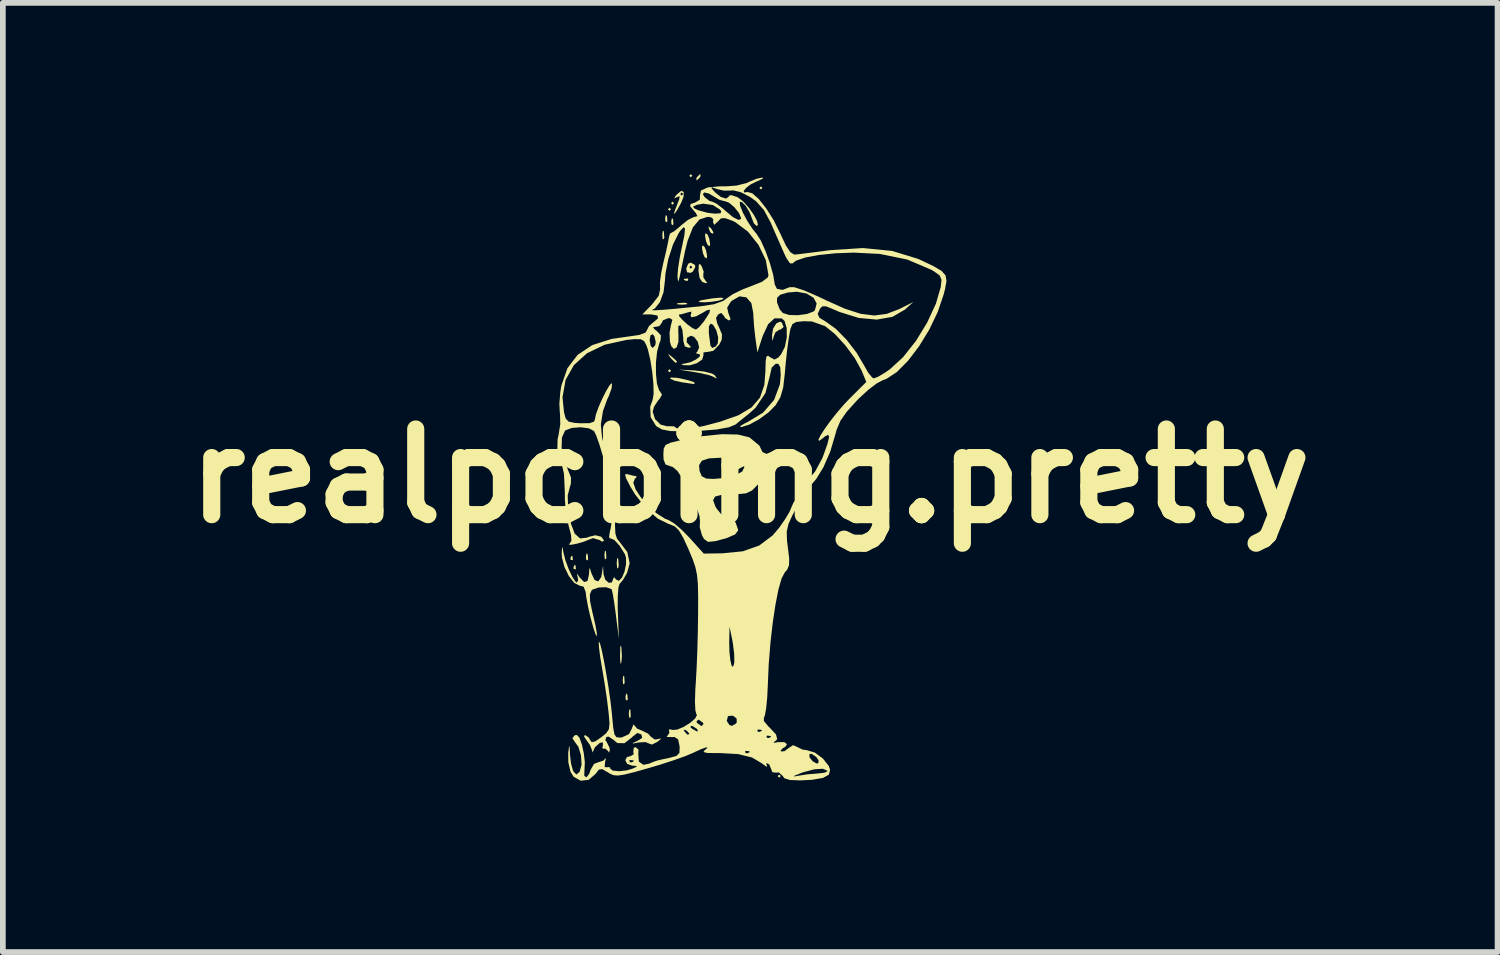
<source format=kicad_pcb>
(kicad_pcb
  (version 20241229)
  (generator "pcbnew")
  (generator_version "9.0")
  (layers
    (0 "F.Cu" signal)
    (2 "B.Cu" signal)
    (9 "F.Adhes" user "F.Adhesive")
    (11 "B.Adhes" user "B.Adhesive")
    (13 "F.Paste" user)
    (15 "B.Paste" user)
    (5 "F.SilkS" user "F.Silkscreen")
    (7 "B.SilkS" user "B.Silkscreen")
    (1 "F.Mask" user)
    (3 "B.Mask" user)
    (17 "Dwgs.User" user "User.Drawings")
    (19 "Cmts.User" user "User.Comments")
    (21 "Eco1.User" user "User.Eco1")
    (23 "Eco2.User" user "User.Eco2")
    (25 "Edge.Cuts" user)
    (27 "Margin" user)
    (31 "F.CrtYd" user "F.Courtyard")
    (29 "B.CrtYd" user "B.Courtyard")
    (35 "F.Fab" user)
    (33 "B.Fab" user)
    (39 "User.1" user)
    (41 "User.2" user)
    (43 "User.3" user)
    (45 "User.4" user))
  (footprint "realpcbimg.pretty"
    (layer "F.Cu")
    (at 10.086 5.283)
    (property "Reference" "realpcbimg.pretty" (at 0 0 0) (layer "F.SilkS") (effects (font (size 1.5 1.5) (thickness 0.3))))
    (attr board_only exclude_from_pos_files exclude_from_bom)
    (fp_poly (pts (xy -1.387 -4.669) (xy -1.414 -4.642) (xy -1.441 -4.669) (xy -1.414 -4.696)) (stroke (width 0) (type solid)) (fill yes) (layer "F.SilkS"))
    (fp_poly (pts (xy -1.387 -1.841) (xy -1.414 -1.814) (xy -1.441 -1.841) (xy -1.414 -1.868)) (stroke (width 0) (type solid)) (fill yes) (layer "F.SilkS"))
    (fp_poly (pts (xy -1.334 -4.776) (xy -1.361 -4.749) (xy -1.387 -4.776) (xy -1.361 -4.803)) (stroke (width 0) (type solid)) (fill yes) (layer "F.SilkS"))
    (fp_poly (pts (xy -1.014 -5.256) (xy -1.041 -5.229) (xy -1.067 -5.256) (xy -1.041 -5.283)) (stroke (width 0) (type solid)) (fill yes) (layer "F.SilkS"))
    (fp_poly (pts (xy 0.213 -5.043) (xy 0.187 -5.016) (xy 0.16 -5.043) (xy 0.187 -5.069)) (stroke (width 0) (type solid)) (fill yes) (layer "F.SilkS"))
    (fp_poly (pts (xy 0.534 5.256) (xy 0.507 5.283) (xy 0.48 5.256) (xy 0.507 5.229)) (stroke (width 0) (type solid)) (fill yes) (layer "F.SilkS"))
    (fp_poly (pts (xy -3.113 1.405) (xy -3.106 1.469) (xy -3.113 1.476) (xy -3.144 1.469) (xy -3.148 1.441) (xy -3.129 1.397)) (stroke (width 0) (type solid)) (fill yes) (layer "F.SilkS"))
    (fp_poly (pts (xy -3.059 1.565) (xy -3.053 1.629) (xy -3.059 1.636) (xy -3.091 1.629) (xy -3.095 1.601) (xy -3.075 1.557)) (stroke (width 0) (type solid)) (fill yes) (layer "F.SilkS"))
    (fp_poly (pts (xy -2.845 1.377) (xy -2.839 1.461) (xy -2.849 1.48) (xy -2.874 1.464) (xy -2.877 1.41) (xy -2.864 1.353)) (stroke (width 0) (type solid)) (fill yes) (layer "F.SilkS"))
    (fp_poly (pts (xy -2.526 1.321) (xy -2.519 1.43) (xy -2.526 1.454) (xy -2.545 1.461) (xy -2.553 1.387) (xy -2.545 1.312)) (stroke (width 0) (type solid)) (fill yes) (layer "F.SilkS"))
    (fp_poly (pts (xy -2.206 3.509) (xy -2.199 3.618) (xy -2.206 3.642) (xy -2.225 3.649) (xy -2.233 3.575) (xy -2.224 3.499)) (stroke (width 0) (type solid)) (fill yes) (layer "F.SilkS"))
    (fp_poly (pts (xy -2.151 3.832) (xy -2.145 3.915) (xy -2.156 3.934) (xy -2.18 3.918) (xy -2.184 3.864) (xy -2.171 3.807)) (stroke (width 0) (type solid)) (fill yes) (layer "F.SilkS"))
    (fp_poly (pts (xy -2.099 4.095) (xy -2.092 4.205) (xy -2.099 4.229) (xy -2.119 4.236) (xy -2.126 4.162) (xy -2.118 4.086)) (stroke (width 0) (type solid)) (fill yes) (layer "F.SilkS"))
    (fp_poly (pts (xy -1.512 -4.282) (xy -1.505 -4.173) (xy -1.512 -4.149) (xy -1.532 -4.142) (xy -1.539 -4.216) (xy -1.531 -4.291)) (stroke (width 0) (type solid)) (fill yes) (layer "F.SilkS"))
    (fp_poly (pts (xy -1.458 -4.546) (xy -1.451 -4.462) (xy -1.462 -4.443) (xy -1.486 -4.459) (xy -1.49 -4.513) (xy -1.477 -4.57)) (stroke (width 0) (type solid)) (fill yes) (layer "F.SilkS"))
    (fp_poly (pts (xy -1.351 -4.492) (xy -1.345 -4.409) (xy -1.355 -4.39) (xy -1.379 -4.406) (xy -1.383 -4.46) (xy -1.37 -4.517)) (stroke (width 0) (type solid)) (fill yes) (layer "F.SilkS"))
    (fp_poly (pts (xy -1.085 -3.451) (xy -1.092 -3.419) (xy -1.121 -3.415) (xy -1.165 -3.435) (xy -1.156 -3.451) (xy -1.093 -3.457)) (stroke (width 0) (type solid)) (fill yes) (layer "F.SilkS"))
    (fp_poly (pts (xy -0.694 -4.343) (xy -0.687 -4.336) (xy -0.645 -4.267) (xy -0.651 -4.241) (xy -0.69 -4.257) (xy -0.717 -4.307) (xy -0.733 -4.369)) (stroke (width 0) (type solid)) (fill yes) (layer "F.SilkS"))
    (fp_poly (pts (xy -2.314 1.446) (xy -2.311 1.455) (xy -2.303 1.571) (xy -2.313 1.615) (xy -2.33 1.617) (xy -2.338 1.533) (xy -2.337 1.521) (xy -2.33 1.438)) (stroke (width 0) (type solid)) (fill yes) (layer "F.SilkS"))
    (fp_poly (pts (xy -2.256 3.002) (xy -2.247 3.16) (xy -2.257 3.269) (xy -2.269 3.291) (xy -2.278 3.221) (xy -2.279 3.122) (xy -2.275 3.001) (xy -2.266 2.965)) (stroke (width 0) (type solid)) (fill yes) (layer "F.SilkS"))
    (fp_poly (pts (xy -1.413 -2.118) (xy -1.374 -2.088) (xy -1.3 -2.022) (xy -1.281 -1.995) (xy -1.307 -1.979) (xy -1.378 -2.047) (xy -1.394 -2.068) (xy -1.44 -2.131)) (stroke (width 0) (type solid)) (fill yes) (layer "F.SilkS"))
    (fp_poly (pts (xy -1.106 -3.023) (xy -1.104 -3.006) (xy -1.188 -2.999) (xy -1.201 -2.999) (xy -1.283 -3.006) (xy -1.275 -3.023) (xy -1.266 -3.025) (xy -1.15 -3.033)) (stroke (width 0) (type solid)) (fill yes) (layer "F.SilkS"))
    (fp_poly (pts (xy -0.871 -5.248) (xy -0.88 -5.229) (xy -0.931 -5.178) (xy -0.94 -5.176) (xy -0.944 -5.211) (xy -0.934 -5.229) (xy -0.884 -5.28) (xy -0.874 -5.283)) (stroke (width 0) (type solid)) (fill yes) (layer "F.SilkS"))
    (fp_poly (pts (xy -0.803 -4.015) (xy -0.774 -3.949) (xy -0.755 -3.848) (xy -0.764 -3.807) (xy -0.798 -3.829) (xy -0.827 -3.895) (xy -0.846 -3.996) (xy -0.837 -4.037)) (stroke (width 0) (type solid)) (fill yes) (layer "F.SilkS"))
    (fp_poly (pts (xy -0.75 -4.229) (xy -0.72 -4.162) (xy -0.702 -4.061) (xy -0.711 -4.021) (xy -0.745 -4.042) (xy -0.774 -4.109) (xy -0.792 -4.21) (xy -0.783 -4.25)) (stroke (width 0) (type solid)) (fill yes) (layer "F.SilkS"))
    (fp_poly (pts (xy -1.29 -1.718) (xy -1.229 -1.708) (xy -1.085 -1.675) (xy -0.99 -1.643) (xy -0.976 -1.634) (xy -0.979 -1.608) (xy -0.992 -1.609) (xy -1.076 -1.622) (xy -1.201 -1.64) (xy -1.329 -1.669) (xy -1.405 -1.705) (xy -1.387 -1.723)) (stroke (width 0) (type solid)) (fill yes) (layer "F.SilkS"))
    (fp_poly (pts (xy -0.971 -1.846) (xy -0.799 -1.826) (xy -0.669 -1.792) (xy -0.627 -1.768) (xy -0.588 -1.716) (xy -0.594 -1.708) (xy -0.654 -1.739) (xy -0.655 -1.74) (xy -0.722 -1.765) (xy -0.859 -1.797) (xy -0.97 -1.817) (xy -1.254 -1.862)) (stroke (width 0) (type solid)) (fill yes) (layer "F.SilkS"))
    (fp_poly (pts (xy -0.466 -3.108) (xy -0.483 -3.092) (xy -0.558 -3.068) (xy -0.673 -3.049) (xy -0.794 -3.04) (xy -0.883 -3.043) (xy -0.904 -3.06) (xy -0.903 -3.061) (xy -0.841 -3.079) (xy -0.711 -3.101) (xy -0.643 -3.111) (xy -0.505 -3.122)) (stroke (width 0) (type solid)) (fill yes) (layer "F.SilkS"))
    (fp_poly (pts (xy 0.552 -2.685) (xy 0.585 -2.608) (xy 0.532 -2.563) (xy 0.511 -2.561) (xy 0.442 -2.516) (xy 0.411 -2.441) (xy 0.394 -2.367) (xy 0.385 -2.392) (xy 0.381 -2.461) (xy 0.4 -2.579) (xy 0.455 -2.669) (xy 0.521 -2.701)) (stroke (width 0) (type solid)) (fill yes) (layer "F.SilkS"))
    (fp_poly (pts (xy -0.847 -3.665) (xy -0.814 -3.574) (xy -0.822 -3.536) (xy -0.82 -3.475) (xy -0.793 -3.433) (xy -0.752 -3.376) (xy -0.789 -3.377) (xy -0.84 -3.397) (xy -0.886 -3.464) (xy -0.906 -3.588) (xy -0.906 -3.593) (xy -0.9 -3.7) (xy -0.879 -3.711)) (stroke (width 0) (type solid)) (fill yes) (layer "F.SilkS"))
    (fp_poly (pts (xy -0.97 -3.696) (xy -0.961 -3.661) (xy -1.004 -3.579) (xy -1.041 -3.556) (xy -1.106 -3.565) (xy -1.121 -3.63) (xy -1.111 -3.655) (xy -1.067 -3.655) (xy -1.041 -3.629) (xy -1.014 -3.655) (xy -1.041 -3.682) (xy -1.067 -3.655) (xy -1.111 -3.655) (xy -1.087 -3.716) (xy -1.041 -3.735)) (stroke (width 0) (type solid)) (fill yes) (layer "F.SilkS"))
    (fp_poly (pts (xy -1.165 -4.973) (xy -1.168 -4.886) (xy -1.208 -4.786) (xy -1.279 -4.656) (xy -1.324 -4.59) (xy -1.334 -4.6) (xy -1.316 -4.656) (xy -1.265 -4.789) (xy -1.245 -4.838) (xy -1.234 -4.898) (xy -1.285 -4.881) (xy -1.333 -4.858) (xy -1.309 -4.899) (xy -1.288 -4.925) (xy -1.275 -4.936) (xy -1.227 -4.936) (xy -1.201 -4.909) (xy -1.174 -4.936) (xy -1.201 -4.963) (xy -1.227 -4.936) (xy -1.275 -4.936) (xy -1.209 -4.992)) (stroke (width 0) (type solid)) (fill yes) (layer "F.SilkS"))
    (fp_poly (pts (xy -0.217 -0.725) (xy -0.023 -0.678) (xy -0.008 -0.671) (xy 0.161 -0.53) (xy 0.252 -0.339) (xy 0.259 -0.125) (xy 0.179 0.086) (xy 0.129 0.156) (xy 0.03 0.256) (xy -0.074 0.305) (xy -0.227 0.32) (xy -0.285 0.321) (xy -0.497 0.33) (xy -0.615 0.361) (xy -0.65 0.424) (xy -0.613 0.529) (xy -0.587 0.575) (xy -0.491 0.691) (xy -0.408 0.716) (xy -0.406 0.715) (xy -0.328 0.734) (xy -0.255 0.819) (xy -0.215 0.935) (xy -0.213 0.958) (xy -0.266 1.025) (xy -0.419 1.091) (xy -0.617 1.143) (xy -0.74 1.155) (xy -0.809 1.105) (xy -0.846 1.037) (xy -0.884 0.9) (xy -0.88 0.798) (xy -0.889 0.702) (xy -0.945 0.536) (xy -1.04 0.321) (xy -1.063 0.274) (xy -1.182 0.052) (xy -1.275 -0.086) (xy -1.354 -0.155) (xy -1.399 -0.17) (xy -1.446 -0.187) (xy -0.896 -0.187) (xy -0.887 -0.086) (xy -0.848 0.007) (xy -0.77 0.046) (xy -0.647 0.053) (xy -0.459 0.037) (xy -0.283 -0.002) (xy -0.275 -0.005) (xy -0.14 -0.078) (xy -0.101 -0.158) (xy -0.148 -0.234) (xy -0.272 -0.292) (xy -0.463 -0.319) (xy -0.504 -0.319) (xy -0.722 -0.307) (xy -0.848 -0.266) (xy -0.896 -0.187) (xy -1.446 -0.187) (xy -1.484 -0.201) (xy -1.517 -0.286) (xy -1.521 -0.372) (xy -1.515 -0.479) (xy -1.482 -0.542) (xy -1.395 -0.582) (xy -1.23 -0.623) (xy -1.227 -0.624) (xy -0.835 -0.697) (xy -0.493 -0.731)) (stroke (width 0) (type solid)) (fill yes) (layer "F.SilkS"))
    (fp_poly (pts (xy -2.63 2.935) (xy -2.599 3.054) (xy -2.562 3.236) (xy -2.522 3.458) (xy -2.482 3.7) (xy -2.448 3.939) (xy -2.423 4.154) (xy -2.417 4.223) (xy -2.398 4.417) (xy -2.377 4.527) (xy -2.343 4.574) (xy -2.285 4.582) (xy -2.249 4.579) (xy -2.123 4.521) (xy -2.075 4.429) (xy -2.047 4.353) (xy -2.033 4.361) (xy -1.983 4.423) (xy -1.898 4.459) (xy -1.788 4.512) (xy -1.74 4.566) (xy -1.673 4.615) (xy -1.616 4.608) (xy -1.559 4.593) (xy -1.587 4.625) (xy -1.627 4.657) (xy -1.721 4.704) (xy -1.766 4.688) (xy -1.835 4.66) (xy -1.953 4.667) (xy -2.054 4.686) (xy -2.056 4.677) (xy -1.979 4.642) (xy -1.893 4.588) (xy -1.903 4.533) (xy -1.911 4.525) (xy -1.975 4.5) (xy -2.058 4.563) (xy -2.073 4.58) (xy -2.203 4.68) (xy -2.326 4.677) (xy -2.401 4.616) (xy -2.478 4.565) (xy -2.519 4.569) (xy -2.537 4.626) (xy -2.513 4.659) (xy -2.462 4.762) (xy -2.459 4.8) (xy -2.472 4.846) (xy -2.49 4.816) (xy -2.542 4.772) (xy -2.565 4.778) (xy -2.591 4.766) (xy -2.581 4.725) (xy -2.579 4.666) (xy -2.632 4.673) (xy -2.718 4.749) (xy -2.739 4.794) (xy -2.76 4.843) (xy -2.769 4.807) (xy -2.807 4.71) (xy -2.863 4.633) (xy -2.91 4.561) (xy -2.895 4.536) (xy -2.83 4.578) (xy -2.808 4.618) (xy -2.775 4.663) (xy -2.712 4.647) (xy -2.612 4.578) (xy -2.521 4.505) (xy -2.475 4.435) (xy -2.464 4.333) (xy -2.478 4.165) (xy -2.481 4.136) (xy -2.507 3.922) (xy -2.546 3.657) (xy -2.589 3.395) (xy -2.594 3.369) (xy -2.628 3.164) (xy -2.648 3.003) (xy -2.653 2.911) (xy -2.65 2.899)) (stroke (width 0) (type solid)) (fill yes) (layer "F.SilkS"))
    (fp_poly (pts (xy -2.384 0.139) (xy -2.364 0.232) (xy -2.354 0.399) (xy -2.357 0.606) (xy -2.359 0.647) (xy -2.368 0.868) (xy -2.361 1.009) (xy -2.334 1.097) (xy -2.291 1.151) (xy -2.153 1.332) (xy -2.111 1.529) (xy -2.157 1.699) (xy -2.227 1.818) (xy -2.285 1.888) (xy -2.288 1.89) (xy -2.308 1.954) (xy -2.319 2.097) (xy -2.321 2.295) (xy -2.318 2.387) (xy -2.3 2.855) (xy -2.353 2.43) (xy -2.38 2.23) (xy -2.405 2.074) (xy -2.425 1.99) (xy -2.428 1.983) (xy -2.522 1.949) (xy -2.653 1.953) (xy -2.761 1.99) (xy -2.779 2.006) (xy -2.808 2.076) (xy -2.804 2.194) (xy -2.765 2.383) (xy -2.752 2.435) (xy -2.711 2.614) (xy -2.687 2.749) (xy -2.685 2.81) (xy -2.686 2.81) (xy -2.708 2.774) (xy -2.747 2.659) (xy -2.793 2.49) (xy -2.795 2.486) (xy -2.84 2.29) (xy -2.871 2.124) (xy -2.882 2.03) (xy -2.918 1.939) (xy -2.987 1.921) (xy -3.08 1.874) (xy -3.175 1.754) (xy -3.253 1.595) (xy -3.297 1.427) (xy -3.301 1.349) (xy -3.295 1.251) (xy -3.286 1.256) (xy -3.272 1.334) (xy -3.237 1.476) (xy -3.179 1.632) (xy -3.114 1.769) (xy -3.057 1.855) (xy -3.035 1.868) (xy -3.012 1.826) (xy -3.021 1.774) (xy -3.038 1.71) (xy -3.015 1.735) (xy -2.99 1.774) (xy -2.909 1.858) (xy -2.849 1.84) (xy -2.823 1.722) (xy -2.823 1.721) (xy -2.817 1.621) (xy -2.805 1.624) (xy -2.781 1.704) (xy -2.725 1.822) (xy -2.662 1.847) (xy -2.611 1.776) (xy -2.6 1.724) (xy -2.577 1.574) (xy -2.569 1.721) (xy -2.538 1.817) (xy -2.479 1.87) (xy -2.422 1.865) (xy -2.4 1.801) (xy -2.383 1.773) (xy -2.35 1.813) (xy -2.3 1.837) (xy -2.247 1.783) (xy -2.202 1.678) (xy -2.175 1.552) (xy -2.175 1.432) (xy -2.193 1.373) (xy -2.286 1.224) (xy -2.378 1.123) (xy -2.449 1.092) (xy -2.458 1.096) (xy -2.472 1.068) (xy -2.456 0.967) (xy -2.445 0.924) (xy -2.419 0.76) (xy -2.408 0.545) (xy -2.412 0.388) (xy -2.418 0.205) (xy -2.407 0.125)) (stroke (width 0) (type solid)) (fill yes) (layer "F.SilkS"))
    (fp_poly (pts (xy 0.213 -5.225) (xy 0.223 -5.208) (xy 0.148 -5.17) (xy 0.11 -5.155) (xy 0.007 -5.104) (xy -0.074 -5.041) (xy -0.116 -4.987) (xy -0.102 -4.962) (xy -0.051 -4.972) (xy 0.036 -4.949) (xy 0.151 -4.847) (xy 0.28 -4.683) (xy 0.41 -4.478) (xy 0.524 -4.248) (xy 0.529 -4.237) (xy 0.625 -4.033) (xy 0.702 -3.917) (xy 0.77 -3.876) (xy 0.784 -3.876) (xy 0.877 -3.886) (xy 1.047 -3.907) (xy 1.265 -3.935) (xy 1.4 -3.953) (xy 1.973 -3.99) (xy 2.486 -3.939) (xy 2.94 -3.8) (xy 2.994 -3.775) (xy 3.214 -3.67) (xy 3.352 -3.588) (xy 3.421 -3.509) (xy 3.436 -3.411) (xy 3.411 -3.272) (xy 3.387 -3.179) (xy 3.283 -2.871) (xy 3.134 -2.561) (xy 2.956 -2.27) (xy 2.762 -2.015) (xy 2.566 -1.818) (xy 2.381 -1.697) (xy 2.321 -1.676) (xy 2.216 -1.621) (xy 2.069 -1.509) (xy 1.906 -1.359) (xy 1.865 -1.318) (xy 1.691 -1.125) (xy 1.58 -0.967) (xy 1.513 -0.809) (xy 1.49 -0.725) (xy 1.4 -0.424) (xy 1.282 -0.153) (xy 1.154 0.055) (xy 1.118 0.097) (xy 1.042 0.19) (xy 1.014 0.247) (xy 0.982 0.313) (xy 0.934 0.373) (xy 0.862 0.473) (xy 0.773 0.624) (xy 0.734 0.698) (xy 0.667 0.847) (xy 0.639 0.978) (xy 0.644 1.137) (xy 0.66 1.261) (xy 0.682 1.448) (xy 0.679 1.564) (xy 0.647 1.642) (xy 0.603 1.692) (xy 0.549 1.795) (xy 0.494 1.988) (xy 0.442 2.251) (xy 0.394 2.568) (xy 0.354 2.921) (xy 0.324 3.291) (xy 0.308 3.655) (xy 0.297 3.885) (xy 0.278 4.074) (xy 0.256 4.197) (xy 0.24 4.23) (xy 0.238 4.29) (xy 0.317 4.386) (xy 0.334 4.401) (xy 0.45 4.524) (xy 0.473 4.61) (xy 0.414 4.663) (xy 0.409 4.674) (xy 0.488 4.662) (xy 0.494 4.661) (xy 0.599 4.661) (xy 0.644 4.698) (xy 0.61 4.747) (xy 0.574 4.764) (xy 0.533 4.806) (xy 0.541 4.824) (xy 0.598 4.82) (xy 0.664 4.771) (xy 0.75 4.714) (xy 0.815 4.742) (xy 0.914 4.791) (xy 0.995 4.803) (xy 1.133 4.845) (xy 1.273 4.949) (xy 1.375 5.079) (xy 1.398 5.146) (xy 1.376 5.231) (xy 1.273 5.288) (xy 1.08 5.321) (xy 0.873 5.331) (xy 0.694 5.324) (xy 0.597 5.293) (xy 0.575 5.263) (xy 0.764 5.263) (xy 0.827 5.252) (xy 0.997 5.225) (xy 1.181 5.21) (xy 1.182 5.21) (xy 1.302 5.196) (xy 1.354 5.17) (xy 1.352 5.163) (xy 1.272 5.127) (xy 1.121 5.137) (xy 0.922 5.19) (xy 0.88 5.206) (xy 0.772 5.25) (xy 0.764 5.263) (xy 0.575 5.263) (xy 0.566 5.251) (xy 0.5 5.191) (xy 0.453 5.196) (xy 0.385 5.187) (xy 0.374 5.151) (xy 0.335 5.057) (xy 0.312 5.038) (xy 0.276 5.031) (xy 0.294 5.074) (xy 0.291 5.095) (xy 0.227 5.051) (xy 0.209 5.036) (xy 0.032 4.93) (xy -0.214 4.87) (xy -0.233 4.869) (xy 1.036 4.869) (xy 1.038 4.927) (xy 1.093 4.996) (xy 1.164 5.035) (xy 1.192 5.031) (xy 1.196 4.978) (xy 1.154 4.919) (xy 1.075 4.866) (xy 1.036 4.869) (xy -0.233 4.869) (xy -0.543 4.852) (xy -0.587 4.853) (xy -0.752 4.851) (xy -0.819 4.834) (xy -0.81 4.82) (xy -0.089 4.82) (xy -0.082 4.852) (xy -0.053 4.856) (xy -0.009 4.836) (xy -0.018 4.82) (xy -0.081 4.814) (xy -0.089 4.82) (xy -0.81 4.82) (xy -0.8 4.804) (xy -0.746 4.759) (xy -0.772 4.753) (xy -0.863 4.785) (xy -1.002 4.849) (xy -1.003 4.85) (xy -1.136 4.906) (xy -1.342 4.979) (xy -1.588 5.059) (xy -1.778 5.115) (xy -2.03 5.186) (xy -2.202 5.229) (xy -2.316 5.246) (xy -2.393 5.24) (xy -2.457 5.213) (xy -2.493 5.19) (xy -2.593 5.133) (xy -2.652 5.143) (xy -2.709 5.218) (xy -2.828 5.321) (xy -2.967 5.337) (xy -3.091 5.268) (xy -3.146 5.182) (xy -3.185 5.016) (xy -3.187 4.849) (xy -3.173 4.741) (xy -3.165 4.729) (xy -3.159 4.817) (xy -3.156 4.883) (xy -3.137 5.04) (xy -3.103 5.16) (xy -3.094 5.176) (xy -3.044 5.229) (xy -2.995 5.188) (xy -2.986 5.176) (xy -2.953 5.056) (xy -2.963 4.895) (xy -3.008 4.745) (xy -3.066 4.664) (xy -3.114 4.592) (xy -3.074 4.541) (xy -3.035 4.536) (xy -2.991 4.583) (xy -2.948 4.702) (xy -2.914 4.858) (xy -2.896 5.015) (xy -2.902 5.133) (xy -2.906 5.25) (xy -2.869 5.278) (xy -2.819 5.215) (xy -2.797 5.149) (xy -2.735 5.042) (xy -2.667 5.016) (xy -2.569 4.984) (xy -2.54 4.949) (xy -2.527 4.941) (xy -2.541 5.009) (xy -2.549 5.098) (xy -2.514 5.1) (xy -2.461 5.099) (xy -2.455 5.12) (xy -2.409 5.159) (xy -2.298 5.171) (xy -2.16 5.155) (xy -2.054 5.123) (xy -1.982 5.088) (xy -2.011 5.076) (xy -2.068 5.073) (xy -2.156 5.041) (xy -2.186 4.98) (xy -2.117 4.98) (xy -2.109 5.012) (xy -2.081 5.016) (xy -2.037 4.996) (xy -2.046 4.98) (xy -2.109 4.974) (xy -2.117 4.98) (xy -2.186 4.98) (xy -2.188 4.977) (xy -2.157 4.921) (xy -2.102 4.909) (xy -2.041 4.876) (xy -2.047 4.829) (xy -2.04 4.76) (xy -2.007 4.749) (xy -1.957 4.792) (xy -1.96 4.876) (xy -1.95 5.003) (xy -1.871 5.058) (xy -1.772 5.039) (xy -1.695 5.006) (xy -1.63 4.984) (xy -1.535 4.962) (xy -1.425 4.939) (xy -1.293 4.903) (xy -1.24 4.851) (xy -1.236 4.75) (xy -1.238 4.729) (xy -1.263 4.613) (xy -1.324 4.572) (xy -1.387 4.572) (xy -1.463 4.571) (xy -1.454 4.554) (xy -1.453 4.554) (xy 0.285 4.554) (xy 0.292 4.585) (xy 0.32 4.589) (xy 0.364 4.57) (xy 0.356 4.554) (xy 0.292 4.547) (xy 0.285 4.554) (xy -1.453 4.554) (xy -1.414 4.496) (xy -1.422 4.469) (xy -1.419 4.434) (xy -1.362 4.448) (xy -1.31 4.444) (xy -1.165 4.444) (xy -1.152 4.474) (xy -1.099 4.531) (xy -1.068 4.52) (xy -1.067 4.512) (xy -1.105 4.467) (xy -1.129 4.451) (xy -1.165 4.444) (xy -1.31 4.444) (xy -1.279 4.442) (xy -1.172 4.397) (xy -1.051 4.397) (xy -1.014 4.429) (xy -0.929 4.477) (xy -0.917 4.459) (xy -0.924 4.447) (xy 0.125 4.447) (xy 0.132 4.479) (xy 0.16 4.482) (xy 0.204 4.463) (xy 0.196 4.447) (xy 0.132 4.44) (xy 0.125 4.447) (xy -0.924 4.447) (xy -0.934 4.429) (xy -1.012 4.378) (xy -1.03 4.376) (xy -1.051 4.397) (xy -1.172 4.397) (xy -1.165 4.394) (xy -1.05 4.322) (xy -1.027 4.302) (xy -0.942 4.302) (xy -0.934 4.322) (xy -0.863 4.374) (xy -0.847 4.376) (xy -0.819 4.343) (xy -0.827 4.322) (xy -0.871 4.29) (xy -0.411 4.29) (xy -0.365 4.361) (xy -0.32 4.376) (xy -0.252 4.337) (xy -0.236 4.316) (xy -0.239 4.247) (xy -0.302 4.199) (xy -0.378 4.202) (xy -0.392 4.213) (xy -0.411 4.29) (xy -0.871 4.29) (xy -0.898 4.271) (xy -0.913 4.269) (xy -0.942 4.302) (xy -1.027 4.302) (xy -0.963 4.246) (xy -0.933 4.185) (xy -0.944 4.169) (xy -0.961 4.104) (xy -0.968 3.956) (xy -0.962 3.749) (xy -0.954 3.629) (xy -0.939 3.369) (xy -0.926 3.046) (xy -0.923 2.917) (xy -0.368 2.917) (xy -0.364 3.083) (xy -0.349 3.222) (xy -0.328 3.316) (xy -0.305 3.346) (xy -0.284 3.293) (xy -0.279 3.255) (xy -0.281 3.119) (xy -0.303 2.941) (xy -0.313 2.882) (xy -0.362 2.641) (xy -0.368 2.917) (xy -0.923 2.917) (xy -0.917 2.701) (xy -0.913 2.401) (xy -0.912 2.107) (xy -0.917 1.894) (xy -0.932 1.733) (xy -0.96 1.599) (xy -1.005 1.466) (xy -1.072 1.306) (xy -1.081 1.284) (xy -1.174 1.081) (xy -1.248 0.956) (xy -1.32 0.885) (xy -1.408 0.847) (xy -1.427 0.842) (xy -1.62 0.747) (xy -1.823 0.569) (xy -2.013 0.327) (xy -2.099 0.188) (xy -2.174 0.041) (xy -2.192 -0.028) (xy -2.156 -0.032) (xy -2.045 -0.003) (xy -2.01 0.001) (xy -1.985 0.019) (xy -2.019 0.047) (xy -2.047 0.119) (xy -2.007 0.236) (xy -1.915 0.377) (xy -1.787 0.523) (xy -1.641 0.654) (xy -1.493 0.749) (xy -1.423 0.777) (xy -1.329 0.833) (xy -1.197 0.946) (xy -1.061 1.085) (xy -0.814 1.36) (xy -0.49 1.355) (xy -0.13 1.32) (xy 0.158 1.218) (xy 0.392 1.042) (xy 0.51 0.903) (xy 0.615 0.751) (xy 0.69 0.624) (xy 0.715 0.563) (xy 0.757 0.467) (xy 0.825 0.376) (xy 0.879 0.296) (xy 0.86 0.267) (xy 0.858 0.236) (xy 0.923 0.159) (xy 0.983 0.104) (xy 1.136 -0.077) (xy 1.262 -0.311) (xy 1.278 -0.352) (xy 1.352 -0.561) (xy 1.381 -0.681) (xy 1.365 -0.721) (xy 1.304 -0.689) (xy 1.273 -0.662) (xy 1.205 -0.613) (xy 1.194 -0.633) (xy 1.229 -0.707) (xy 1.302 -0.821) (xy 1.402 -0.96) (xy 1.519 -1.109) (xy 1.644 -1.254) (xy 1.723 -1.337) (xy 2.032 -1.646) (xy 1.949 -1.846) (xy 1.832 -2.06) (xy 1.665 -2.286) (xy 1.48 -2.487) (xy 1.312 -2.622) (xy 1.082 -2.704) (xy 0.934 -2.709) (xy 0.807 -2.696) (xy 0.739 -2.659) (xy 0.702 -2.57) (xy 0.677 -2.428) (xy 0.649 -2.229) (xy 0.622 -1.983) (xy 0.605 -1.788) (xy 0.577 -1.549) (xy 0.528 -1.379) (xy 0.447 -1.242) (xy 0.446 -1.24) (xy 0.321 -1.113) (xy 0.155 -0.992) (xy -0.015 -0.899) (xy -0.154 -0.856) (xy -0.171 -0.856) (xy -0.173 -0.875) (xy -0.096 -0.92) (xy -0.054 -0.939) (xy 0.225 -1.108) (xy 0.418 -1.332) (xy 0.519 -1.602) (xy 0.534 -1.762) (xy 0.525 -1.904) (xy 0.492 -1.962) (xy 0.447 -1.965) (xy 0.376 -1.898) (xy 0.343 -1.75) (xy 0.266 -1.45) (xy 0.094 -1.195) (xy -0.011 -1.099) (xy -0.14 -0.996) (xy -0.24 -0.914) (xy -0.257 -0.9) (xy -0.373 -0.852) (xy -0.582 -0.814) (xy -0.868 -0.79) (xy -1.183 -0.78) (xy -1.401 -0.786) (xy -1.543 -0.813) (xy -1.64 -0.868) (xy -1.65 -0.877) (xy -1.743 -1.027) (xy -1.748 -1.124) (xy -1.708 -1.124) (xy -1.667 -0.995) (xy -1.57 -0.899) (xy -1.451 -0.868) (xy -1.433 -0.871) (xy -1.335 -0.868) (xy -1.3 -0.843) (xy -1.226 -0.812) (xy -1.062 -0.823) (xy -0.807 -0.876) (xy -0.529 -0.949) (xy -0.206 -1.062) (xy 0.023 -1.199) (xy 0.17 -1.371) (xy 0.247 -1.593) (xy 0.266 -1.834) (xy 0.27 -2.006) (xy 0.283 -2.09) (xy 0.312 -2.104) (xy 0.353 -2.076) (xy 0.425 -2.037) (xy 0.491 -2.073) (xy 0.54 -2.129) (xy 0.607 -2.261) (xy 0.64 -2.426) (xy 0.638 -2.589) (xy 0.601 -2.713) (xy 0.553 -2.758) (xy 0.425 -2.759) (xy 0.314 -2.657) (xy 0.218 -2.45) (xy 0.209 -2.423) (xy 0.125 -2.162) (xy 0.089 -2.422) (xy 0.067 -2.617) (xy 0.055 -2.799) (xy 0.053 -2.852) (xy 0.019 -3.026) (xy 0.005 -3.043) (xy 0.468 -3.043) (xy 0.516 -2.916) (xy 0.571 -2.853) (xy 0.681 -2.818) (xy 0.837 -2.814) (xy 0.995 -2.836) (xy 1.11 -2.88) (xy 1.133 -2.903) (xy 1.163 -3.02) (xy 1.107 -3.121) (xy 0.985 -3.194) (xy 0.816 -3.225) (xy 0.657 -3.211) (xy 0.524 -3.172) (xy 0.47 -3.117) (xy 0.468 -3.043) (xy 0.005 -3.043) (xy -0.069 -3.127) (xy -0.189 -3.144) (xy -0.322 -3.067) (xy -0.343 -3.046) (xy -0.404 -2.946) (xy -0.381 -2.843) (xy -0.376 -2.833) (xy -0.344 -2.743) (xy -0.373 -2.721) (xy -0.44 -2.764) (xy -0.461 -2.803) (xy -0.509 -2.854) (xy -0.561 -2.827) (xy -0.599 -2.768) (xy -0.58 -2.676) (xy -0.547 -2.603) (xy -0.495 -2.478) (xy -0.5 -2.384) (xy -0.542 -2.299) (xy -0.647 -2.19) (xy -0.735 -2.173) (xy -0.818 -2.163) (xy -0.82 -2.108) (xy -0.841 -2.038) (xy -0.932 -1.975) (xy -1.055 -1.937) (xy -1.17 -1.939) (xy -1.207 -1.958) (xy -1.144 -1.968) (xy -1.047 -1.991) (xy -0.952 -2.037) (xy -0.886 -2.088) (xy -0.877 -2.126) (xy -0.907 -2.134) (xy -0.953 -2.15) (xy -0.927 -2.175) (xy -0.895 -2.249) (xy -0.919 -2.351) (xy -0.982 -2.433) (xy -1.039 -2.455) (xy -1.107 -2.418) (xy -1.114 -2.342) (xy -1.057 -2.278) (xy -1.054 -2.277) (xy -1.035 -2.253) (xy -1.081 -2.245) (xy -1.146 -2.269) (xy -1.172 -2.364) (xy -1.174 -2.425) (xy -1.183 -2.508) (xy -0.725 -2.508) (xy -0.724 -2.495) (xy -0.707 -2.363) (xy -0.697 -2.283) (xy -0.697 -2.281) (xy -0.663 -2.241) (xy -0.602 -2.268) (xy -0.568 -2.322) (xy -0.561 -2.426) (xy -0.594 -2.548) (xy -0.648 -2.643) (xy -0.692 -2.668) (xy -0.723 -2.622) (xy -0.725 -2.508) (xy -1.183 -2.508) (xy -1.188 -2.558) (xy -1.223 -2.638) (xy -1.227 -2.641) (xy -1.259 -2.621) (xy -1.26 -2.51) (xy -1.257 -2.489) (xy -1.257 -2.345) (xy -1.289 -2.251) (xy -1.337 -2.223) (xy -1.384 -2.275) (xy -1.406 -2.347) (xy -1.413 -2.509) (xy -1.389 -2.638) (xy -1.364 -2.732) (xy -1.403 -2.761) (xy -1.443 -2.76) (xy -1.529 -2.724) (xy -1.547 -2.683) (xy -1.591 -2.624) (xy -1.641 -2.613) (xy -1.701 -2.605) (xy -1.677 -2.569) (xy -1.632 -2.534) (xy -1.564 -2.461) (xy -1.57 -2.373) (xy -1.592 -2.32) (xy -1.631 -2.177) (xy -1.651 -1.988) (xy -1.651 -1.788) (xy -1.633 -1.614) (xy -1.596 -1.5) (xy -1.584 -1.486) (xy -1.545 -1.423) (xy -1.587 -1.349) (xy -1.611 -1.324) (xy -1.686 -1.21) (xy -1.708 -1.124) (xy -1.748 -1.124) (xy -1.752 -1.211) (xy -1.71 -1.33) (xy -1.692 -1.432) (xy -1.695 -1.605) (xy -1.715 -1.815) (xy -1.749 -2.029) (xy -1.792 -2.213) (xy -1.819 -2.288) (xy -1.857 -2.36) (xy -1.889 -2.378) (xy -1.761 -2.378) (xy -1.743 -2.276) (xy -1.708 -2.241) (xy -1.664 -2.286) (xy -1.654 -2.345) (xy -1.679 -2.447) (xy -1.708 -2.481) (xy -1.747 -2.462) (xy -1.761 -2.378) (xy -1.889 -2.378) (xy -1.916 -2.393) (xy -2.024 -2.395) (xy -2.167 -2.381) (xy -2.549 -2.297) (xy -2.858 -2.148) (xy -3.088 -1.94) (xy -3.233 -1.682) (xy -3.287 -1.379) (xy -3.261 -1.116) (xy -3.231 -1.005) (xy -3.179 -0.95) (xy -3.072 -0.928) (xy -2.973 -0.922) (xy -2.811 -0.924) (xy -2.735 -0.951) (xy -2.721 -0.987) (xy -2.702 -1.077) (xy -2.654 -1.21) (xy -2.588 -1.358) (xy -2.519 -1.494) (xy -2.46 -1.592) (xy -2.423 -1.623) (xy -2.419 -1.618) (xy -2.427 -1.536) (xy -2.475 -1.402) (xy -2.505 -1.34) (xy -2.579 -1.134) (xy -2.614 -0.914) (xy -2.615 -0.889) (xy -2.594 -0.67) (xy -2.539 -0.448) (xy -2.462 -0.259) (xy -2.373 -0.139) (xy -2.366 -0.134) (xy -2.31 -0.081) (xy -2.349 -0.052) (xy -2.383 -0.043) (xy -2.443 -0.042) (xy -2.49 -0.09) (xy -2.537 -0.205) (xy -2.586 -0.368) (xy -2.643 -0.556) (xy -2.697 -0.708) (xy -2.736 -0.787) (xy -2.827 -0.834) (xy -2.973 -0.852) (xy -3.125 -0.84) (xy -3.236 -0.798) (xy -3.244 -0.79) (xy -3.297 -0.672) (xy -3.303 -0.494) (xy -3.265 -0.292) (xy -3.204 -0.137) (xy -3.138 0.028) (xy -3.141 0.143) (xy -3.15 0.164) (xy -3.196 0.341) (xy -3.188 0.589) (xy -3.143 0.827) (xy -3.073 1.011) (xy -2.98 1.094) (xy -2.857 1.081) (xy -2.828 1.067) (xy -2.712 1.039) (xy -2.609 1.064) (xy -2.561 1.129) (xy -2.561 1.133) (xy -2.592 1.152) (xy -2.638 1.123) (xy -2.752 1.089) (xy -2.811 1.11) (xy -2.91 1.15) (xy -3.024 1.184) (xy -3.123 1.204) (xy -3.175 1.205) (xy -3.163 1.187) (xy -3.131 1.135) (xy -3.138 1.033) (xy -3.178 0.878) (xy -3.22 0.675) (xy -3.245 0.43) (xy -3.247 0.267) (xy -3.261 -0.036) (xy -3.318 -0.285) (xy -3.323 -0.3) (xy -3.377 -0.482) (xy -3.373 -0.642) (xy -3.355 -0.721) (xy -3.326 -0.908) (xy -3.331 -1.092) (xy -3.334 -1.105) (xy -3.342 -1.264) (xy -3.326 -1.467) (xy -3.307 -1.581) (xy -3.201 -1.885) (xy -3.022 -2.12) (xy -2.765 -2.291) (xy -2.425 -2.399) (xy -2.153 -2.438) (xy -1.944 -2.468) (xy -1.835 -2.508) (xy -1.814 -2.542) (xy -1.773 -2.624) (xy -1.708 -2.68) (xy -1.615 -2.758) (xy -1.622 -2.798) (xy -1.245 -2.798) (xy -1.187 -2.732) (xy -1.1 -2.653) (xy -1.011 -2.588) (xy -0.951 -2.562) (xy -0.899 -2.601) (xy -0.818 -2.697) (xy -0.804 -2.716) (xy -0.717 -2.852) (xy -0.703 -2.912) (xy -0.764 -2.898) (xy -0.825 -2.861) (xy -0.949 -2.794) (xy -1.03 -2.778) (xy -1.046 -2.814) (xy -1.035 -2.837) (xy -1.032 -2.877) (xy -1.09 -2.864) (xy -1.202 -2.832) (xy -1.245 -2.826) (xy -1.245 -2.798) (xy -1.622 -2.798) (xy -1.624 -2.809) (xy -1.735 -2.828) (xy -1.745 -2.828) (xy -1.889 -2.828) (xy -1.818 -2.901) (xy -1.722 -2.901) (xy -1.668 -2.9) (xy -1.538 -2.908) (xy -1.323 -2.926) (xy -1.014 -2.956) (xy -0.886 -2.968) (xy -0.635 -3.006) (xy -0.474 -3.064) (xy -0.413 -3.108) (xy -0.307 -3.181) (xy -0.14 -3.263) (xy 0.005 -3.319) (xy 0.206 -3.399) (xy 0.306 -3.474) (xy 0.32 -3.513) (xy 0.272 -3.78) (xy 0.144 -4.046) (xy -0.041 -4.278) (xy -0.263 -4.444) (xy -0.316 -4.469) (xy -0.442 -4.514) (xy -0.513 -4.51) (xy -0.569 -4.452) (xy -0.571 -4.451) (xy -0.63 -4.397) (xy -0.652 -4.442) (xy -0.647 -4.496) (xy -0.686 -4.528) (xy -0.747 -4.536) (xy -0.888 -4.491) (xy -1.004 -4.352) (xy -1.097 -4.116) (xy -1.141 -3.94) (xy -1.184 -3.734) (xy -1.221 -3.557) (xy -1.245 -3.447) (xy -1.246 -3.442) (xy -1.262 -3.402) (xy -1.272 -3.467) (xy -1.274 -3.495) (xy -1.264 -3.632) (xy -1.234 -3.826) (xy -1.199 -3.996) (xy -1.153 -4.213) (xy -1.142 -4.331) (xy -1.167 -4.355) (xy -1.228 -4.289) (xy -1.254 -4.249) (xy -1.353 -4.05) (xy -1.435 -3.796) (xy -1.485 -3.542) (xy -1.494 -3.417) (xy -1.518 -3.216) (xy -1.582 -3.043) (xy -1.671 -2.931) (xy -1.708 -2.912) (xy -1.722 -2.901) (xy -1.818 -2.901) (xy -1.72 -3.002) (xy -1.602 -3.154) (xy -1.577 -3.274) (xy -1.579 -3.285) (xy -1.581 -3.392) (xy -1.558 -3.562) (xy -1.52 -3.738) (xy -1.474 -3.929) (xy -1.44 -4.087) (xy -1.425 -4.172) (xy -1.405 -4.244) (xy -1.389 -4.253) (xy -1.336 -4.281) (xy -1.239 -4.36) (xy -1.206 -4.39) (xy -1.088 -4.484) (xy -0.988 -4.533) (xy -0.971 -4.536) (xy -0.925 -4.549) (xy -0.954 -4.605) (xy -0.989 -4.645) (xy -1.046 -4.714) (xy -1.002 -4.714) (xy -0.979 -4.684) (xy -0.907 -4.651) (xy -0.748 -4.607) (xy -0.62 -4.592) (xy -0.519 -4.599) (xy -0.507 -4.633) (xy -0.529 -4.663) (xy -0.654 -4.743) (xy -0.822 -4.767) (xy -0.937 -4.746) (xy -1.002 -4.714) (xy -1.046 -4.714) (xy -1.054 -4.725) (xy -1.042 -4.762) (xy -0.969 -4.785) (xy -0.882 -4.837) (xy -0.88 -4.909) (xy -0.876 -4.933) (xy -0.83 -4.933) (xy -0.8 -4.883) (xy -0.714 -4.815) (xy -0.668 -4.803) (xy -0.592 -4.768) (xy -0.479 -4.682) (xy -0.435 -4.642) (xy -0.303 -4.532) (xy -0.206 -4.482) (xy -0.161 -4.5) (xy -0.16 -4.511) (xy -0.196 -4.603) (xy -0.281 -4.708) (xy -0.375 -4.786) (xy -0.423 -4.803) (xy -0.536 -4.833) (xy -0.617 -4.881) (xy -0.726 -4.945) (xy -0.805 -4.963) (xy -0.83 -4.933) (xy -0.876 -4.933) (xy -0.863 -4.997) (xy -0.778 -5.036) (xy -0.677 -5.036) (xy -0.616 -4.965) (xy -0.516 -4.885) (xy -0.425 -4.856) (xy -0.376 -4.888) (xy -0.374 -4.905) (xy -0.333 -4.917) (xy -0.232 -4.884) (xy -0.212 -4.874) (xy -0.122 -4.805) (xy -0.026 -4.697) (xy 0.06 -4.575) (xy 0.12 -4.464) (xy 0.135 -4.391) (xy 0.114 -4.376) (xy 0.064 -4.421) (xy 0.035 -4.496) (xy -0.013 -4.619) (xy -0.08 -4.729) (xy -0.146 -4.796) (xy -0.182 -4.799) (xy -0.179 -4.735) (xy -0.131 -4.614) (xy -0.053 -4.468) (xy 0.039 -4.326) (xy 0.109 -4.24) (xy 0.184 -4.124) (xy 0.266 -3.941) (xy 0.343 -3.729) (xy 0.401 -3.525) (xy 0.427 -3.368) (xy 0.427 -3.357) (xy 0.467 -3.276) (xy 0.567 -3.257) (xy 0.688 -3.304) (xy 0.773 -3.304) (xy 0.944 -3.248) (xy 1.201 -3.136) (xy 1.319 -3.079) (xy 1.659 -2.927) (xy 1.936 -2.838) (xy 2.172 -2.809) (xy 2.388 -2.837) (xy 2.606 -2.92) (xy 2.627 -2.93) (xy 2.855 -3.045) (xy 2.708 -2.912) (xy 2.491 -2.786) (xy 2.217 -2.737) (xy 1.901 -2.766) (xy 1.559 -2.872) (xy 1.456 -2.917) (xy 1.329 -2.969) (xy 1.261 -2.969) (xy 1.223 -2.93) (xy 1.181 -2.837) (xy 1.211 -2.77) (xy 1.325 -2.7) (xy 1.499 -2.575) (xy 1.687 -2.384) (xy 1.861 -2.159) (xy 1.987 -1.946) (xy 2.065 -1.808) (xy 2.136 -1.722) (xy 2.164 -1.708) (xy 2.24 -1.737) (xy 2.365 -1.812) (xy 2.446 -1.868) (xy 2.676 -2.079) (xy 2.901 -2.363) (xy 3.099 -2.687) (xy 3.252 -3.019) (xy 3.336 -3.31) (xy 3.349 -3.432) (xy 3.317 -3.51) (xy 3.219 -3.581) (xy 3.165 -3.612) (xy 2.748 -3.789) (xy 2.268 -3.887) (xy 1.814 -3.91) (xy 1.488 -3.898) (xy 1.198 -3.868) (xy 0.963 -3.824) (xy 0.802 -3.769) (xy 0.738 -3.72) (xy 0.695 -3.723) (xy 0.631 -3.818) (xy 0.594 -3.896) (xy 0.511 -4.085) (xy 0.413 -4.308) (xy 0.356 -4.439) (xy 0.239 -4.657) (xy 0.101 -4.81) (xy -0.002 -4.884) (xy -0.168 -4.969) (xy -0.302 -5.001) (xy -0.332 -4.997) (xy -0.462 -4.995) (xy -0.577 -5.022) (xy -0.672 -5.055) (xy -0.677 -5.036) (xy -0.778 -5.036) (xy -0.745 -5.051) (xy -0.53 -5.071) (xy -0.426 -5.07) (xy -0.237 -5.084) (xy -0.063 -5.129) (xy -0.026 -5.146) (xy 0.108 -5.202) (xy 0.211 -5.225)) (stroke (width 0) (type solid)) (fill yes) (layer "F.SilkS")))
  (gr_rect
    (start -3 -3)
    (end 23.171 13.62)
    (stroke (width 0.1) (type default))
    (fill no)
    (layer "Edge.Cuts")))
</source>
